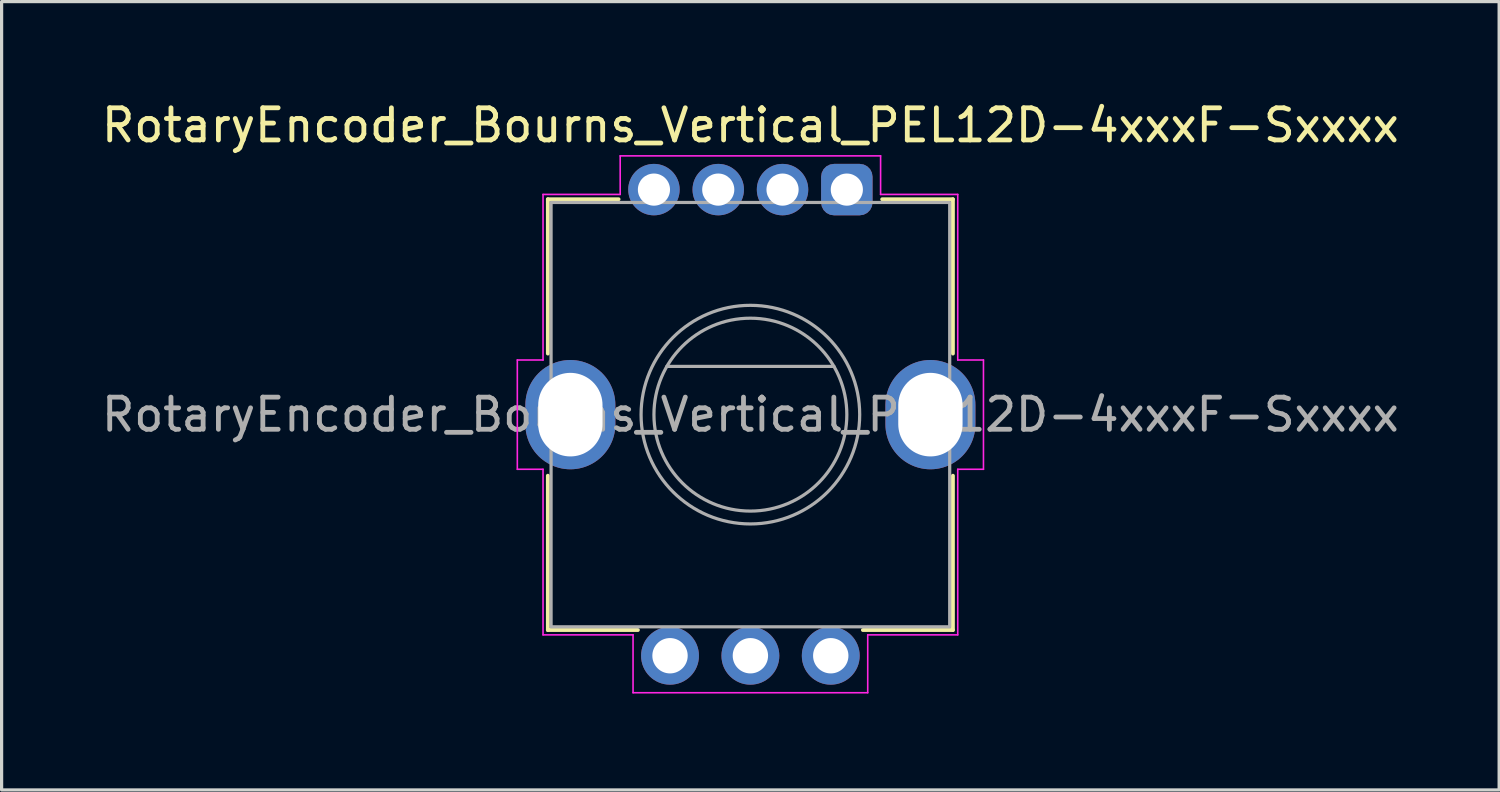
<source format=kicad_pcb>
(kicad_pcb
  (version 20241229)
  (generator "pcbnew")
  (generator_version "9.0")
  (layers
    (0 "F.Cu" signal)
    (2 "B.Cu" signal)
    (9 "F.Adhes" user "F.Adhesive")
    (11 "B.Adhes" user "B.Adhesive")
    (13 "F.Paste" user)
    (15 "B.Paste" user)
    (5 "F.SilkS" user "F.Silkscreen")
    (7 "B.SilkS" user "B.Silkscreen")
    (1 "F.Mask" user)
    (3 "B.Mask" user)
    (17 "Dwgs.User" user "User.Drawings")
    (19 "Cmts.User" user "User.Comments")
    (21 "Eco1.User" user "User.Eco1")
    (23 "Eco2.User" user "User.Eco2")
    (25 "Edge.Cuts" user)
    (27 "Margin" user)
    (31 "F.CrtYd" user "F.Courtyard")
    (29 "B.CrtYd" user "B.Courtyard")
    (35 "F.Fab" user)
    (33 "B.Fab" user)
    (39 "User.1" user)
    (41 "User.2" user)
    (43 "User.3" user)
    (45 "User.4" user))
  (footprint "RotaryEncoder_Bourns_Vertical_PEL12D-4xxxF-Sxxxx"
    (layer "F.Cu")
    (at 23.292 2.848)
    (property "Reference" "RotaryEncoder_Bourns_Vertical_PEL12D-4xxxF-Sxxxx" (at -3 -2 0) (layer "F.SilkS") (effects (font (size 1 1) (thickness 0.15))))
    (attr through_hole)
    (fp_line (start -9.3 0.3) (end -9.3 5.1) (stroke (width 0.12) (type default)) (layer "F.SilkS"))
    (fp_line (start -9.3 13.7) (end -9.3 8.9) (stroke (width 0.12) (type default)) (layer "F.SilkS"))
    (fp_line (start -7.1 0.3) (end -9.3 0.3) (stroke (width 0.12) (type default)) (layer "F.SilkS"))
    (fp_line (start -6.5 13.7) (end -9.3 13.7) (stroke (width 0.12) (type default)) (layer "F.SilkS"))
    (fp_line (start 3.3 0.3) (end 1.1 0.3) (stroke (width 0.12) (type default)) (layer "F.SilkS"))
    (fp_line (start 3.3 5.1) (end 3.3 0.3) (stroke (width 0.12) (type default)) (layer "F.SilkS"))
    (fp_line (start 3.3 8.9) (end 3.3 13.7) (stroke (width 0.12) (type default)) (layer "F.SilkS"))
    (fp_line (start 3.3 13.7) (end 0.5 13.7) (stroke (width 0.12) (type default)) (layer "F.SilkS"))
    (fp_line (start -10.25 5.3) (end -10.25 8.7) (stroke (width 0.05) (type default)) (layer "F.CrtYd"))
    (fp_line (start -10.25 8.7) (end -9.45 8.7) (stroke (width 0.05) (type default)) (layer "F.CrtYd"))
    (fp_line (start -9.45 0.15) (end -9.45 5.3) (stroke (width 0.05) (type default)) (layer "F.CrtYd"))
    (fp_line (start -9.45 5.3) (end -10.25 5.3) (stroke (width 0.05) (type default)) (layer "F.CrtYd"))
    (fp_line (start -9.45 8.7) (end -9.45 13.85) (stroke (width 0.05) (type default)) (layer "F.CrtYd"))
    (fp_line (start -9.45 13.85) (end -6.65 13.85) (stroke (width 0.05) (type default)) (layer "F.CrtYd"))
    (fp_line (start -7.05 -1.05) (end -7.05 0.15) (stroke (width 0.05) (type default)) (layer "F.CrtYd"))
    (fp_line (start -7.05 0.15) (end -9.45 0.15) (stroke (width 0.05) (type default)) (layer "F.CrtYd"))
    (fp_line (start -6.65 13.85) (end -6.65 15.65) (stroke (width 0.05) (type default)) (layer "F.CrtYd"))
    (fp_line (start -6.65 15.65) (end 0.65 15.65) (stroke (width 0.05) (type default)) (layer "F.CrtYd"))
    (fp_line (start 0.65 13.85) (end 3.45 13.85) (stroke (width 0.05) (type default)) (layer "F.CrtYd"))
    (fp_line (start 0.65 15.65) (end 0.65 13.85) (stroke (width 0.05) (type default)) (layer "F.CrtYd"))
    (fp_line (start 1.05 -1.05) (end -7.05 -1.05) (stroke (width 0.05) (type default)) (layer "F.CrtYd"))
    (fp_line (start 1.05 0.15) (end 1.05 -1.05) (stroke (width 0.05) (type default)) (layer "F.CrtYd"))
    (fp_line (start 3.45 0.15) (end 1.05 0.15) (stroke (width 0.05) (type default)) (layer "F.CrtYd"))
    (fp_line (start 3.45 5.3) (end 3.45 0.15) (stroke (width 0.05) (type default)) (layer "F.CrtYd"))
    (fp_line (start 3.45 8.7) (end 4.25 8.7) (stroke (width 0.05) (type default)) (layer "F.CrtYd"))
    (fp_line (start 3.45 13.85) (end 3.45 8.7) (stroke (width 0.05) (type default)) (layer "F.CrtYd"))
    (fp_line (start 4.25 5.3) (end 3.45 5.3) (stroke (width 0.05) (type default)) (layer "F.CrtYd"))
    (fp_line (start 4.25 8.7) (end 4.25 5.3) (stroke (width 0.05) (type default)) (layer "F.CrtYd"))
    (fp_line (start -5.6 5.5) (end -0.4 5.5) (stroke (width 0.1) (type default)) (layer "F.Fab"))
    (fp_rect (start -9.2 0.4) (end 3.2 13.6) (stroke (width 0.1) (type default)) (fill no) (layer "F.Fab"))
    (fp_circle (center -3 7) (end 0 7) (stroke (width 0.1) (type default)) (fill no) (layer "F.Fab"))
    (fp_circle (center -3 7) (end 0.4 7) (stroke (width 0.1) (type solid)) (fill no) (layer "F.Fab"))
    (fp_text user "${REFERENCE}" (at -3 7 0) (layer "F.Fab") (effects (font (size 1 1) (thickness 0.15))))
    (pad "1" thru_hole roundrect (at 0 0) (size 1.6 1.6) (drill 1) (layers "*.Cu" "*.Mask") (roundrect_rratio 0.25))
    (pad "2" thru_hole circle (at -2 0) (size 1.6 1.6) (drill 1) (layers "*.Cu" "*.Mask"))
    (pad "3" thru_hole circle (at -4 0) (size 1.6 1.6) (drill 1) (layers "*.Cu" "*.Mask"))
    (pad "4" thru_hole circle (at -6 0) (size 1.6 1.6) (drill 1) (layers "*.Cu" "*.Mask"))
    (pad "A" thru_hole circle (at -5.5 14.5) (size 1.8 1.8) (drill 1.1) (layers "*.Cu" "*.Mask"))
    (pad "B" thru_hole circle (at -3 14.5) (size 1.8 1.8) (drill 1.1) (layers "*.Cu" "*.Mask"))
    (pad "C" thru_hole circle (at -0.5 14.5) (size 1.8 1.8) (drill 1.1) (layers "*.Cu" "*.Mask"))
    (pad "SH" thru_hole oval (at -8.6 7 90) (size 3.4 2.8) (drill oval 2.6 2) (layers "*.Cu" "*.Mask"))
    (pad "SH" thru_hole oval (at 2.6 7) (size 2.8 3.4) (drill oval 2 2.6) (layers "*.Cu" "*.Mask")))
  (gr_rect
    (start -3 -3)
    (end 43.583 21.523)
    (stroke (width 0.1) (type default))
    (fill no)
    (layer "Edge.Cuts")))
</source>
